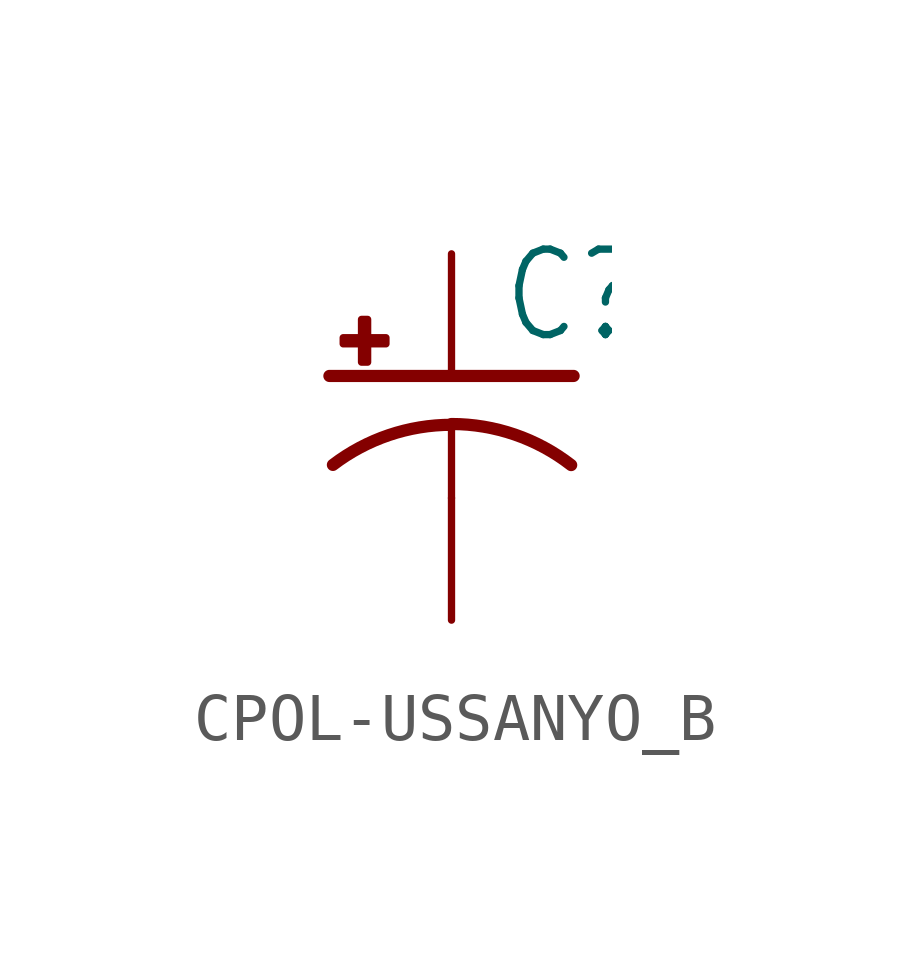
<source format=kicad_sym>
(kicad_symbol_lib
  (version 20231120)
  (generator "kicad_symbol_editor")
  (generator_version "8.0")
  (symbol "CPOL-USSANYO_B"
    (property "Reference" "C"
      (at 1.016 0.635 0)
      (effects (font (size 1.778 1.511)) (justify left bottom)))
    (property "Value" ""
      (at 1.016 -4.191 0)
      (effects (font (size 1.778 1.511)) (justify left bottom)))
    (property "ki_locked" ""
      (at 0 0 0)
      (effects (font (size 1.27 1.27))))
    (symbol "CPOL-USSANYO_B_1_0"
      (rectangle (start -2.253 0.668) (end -1.364 0.795) (stroke (width 0) (type default)) (fill (type outline)))
      (rectangle (start -1.872 0.287) (end -1.745 1.176) (stroke (width 0) (type default)) (fill (type outline)))
      (arc (start 0 -1.0161) (mid -1.3021 -1.2303) (end -2.4669 -1.8504) (stroke (width 0.254) (type solid)) (fill (type none)))
      (polyline (pts (xy -2.54 0) (xy 2.54 0)) (stroke (width 0.254) (type solid)) (fill (type none)))
      (polyline (pts (xy 0 -1.016) (xy 0 -2.54)) (stroke (width 0.152) (type solid)) (fill (type none)))
      (arc (start 2.4892 -1.8541) (mid 1.3158 -1.2194) (end 0 -1) (stroke (width 0.254) (type solid)) (fill (type none)))
      (pin passive line (at 0 2.54 270) (length 2.54) (name "+" (effects (font (size 0 0)))) (number "+" (effects (font (size 0 0)))))
      (pin passive line (at 0 -5.08 90) (length 2.54) (name "-" (effects (font (size 0 0)))) (number "-" (effects (font (size 0 0))))))))
</source>
